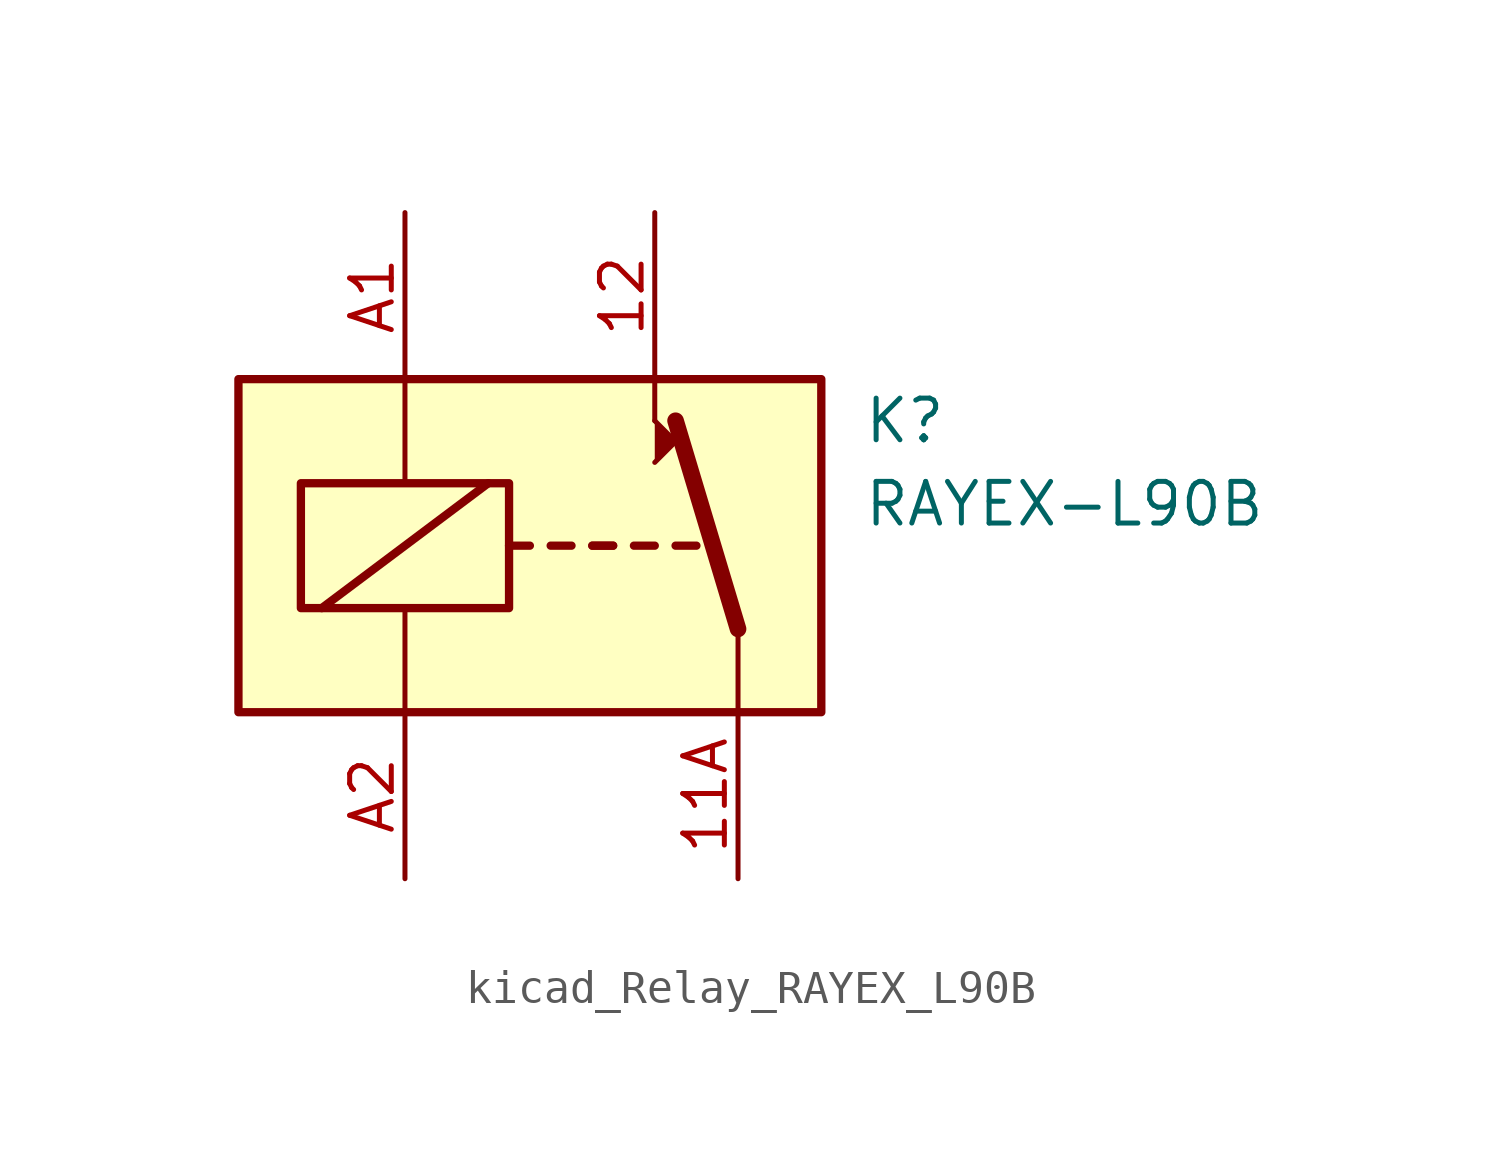
<source format=kicad_sym>
(kicad_symbol_lib
  (version 20220914)
  (generator kicad_symbol_editor)
  (symbol "kicad_Relay_RAYEX_L90B"
    (property "Reference" "K"
      (at 8.89 3.81 0)
      (effects (font (size 1.27 1.27)) (justify left)))
    (property "Value" "RAYEX-L90B"
      (at 8.89 1.27 0)
      (effects (font (size 1.27 1.27)) (justify left)))
    (symbol "kicad_Relay_RAYEX_L90B_1_0"
      (polyline (pts (xy 2.54 3.81) (xy 2.54 5.08)) (stroke (width 0) (type default)) (fill (type none))))
    (symbol "kicad_Relay_RAYEX_L90B_1_1"
      (rectangle (start -10.16 5.08) (end 7.62 -5.08) (stroke (width 0.254) (type default)) (fill (type background)))
      (rectangle (start -8.255 1.905) (end -1.905 -1.905) (stroke (width 0.254) (type default)) (fill (type none)))
      (polyline (pts (xy -7.62 -1.905) (xy -2.54 1.905)) (stroke (width 0.254) (type default)) (fill (type none)))
      (polyline (pts (xy -5.08 -5.08) (xy -5.08 -1.905)) (stroke (width 0) (type default)) (fill (type none)))
      (polyline (pts (xy -5.08 5.08) (xy -5.08 1.905)) (stroke (width 0) (type default)) (fill (type none)))
      (polyline (pts (xy -1.905 0) (xy -1.27 0)) (stroke (width 0.254) (type default)) (fill (type none)))
      (polyline (pts (xy -0.635 0) (xy 0 0)) (stroke (width 0.254) (type default)) (fill (type none)))
      (polyline (pts (xy 0.635 0) (xy 1.27 0)) (stroke (width 0.254) (type default)) (fill (type none)))
      (polyline (pts (xy 0.635 0) (xy 1.27 0)) (stroke (width 0.254) (type default)) (fill (type none)))
      (polyline (pts (xy 1.905 0) (xy 2.54 0)) (stroke (width 0.254) (type default)) (fill (type none)))
      (polyline (pts (xy 3.175 0) (xy 3.81 0)) (stroke (width 0.254) (type default)) (fill (type none)))
      (polyline (pts (xy 5.08 -2.54) (xy 3.175 3.81)) (stroke (width 0.508) (type default)) (fill (type none)))
      (polyline (pts (xy 5.08 -2.54) (xy 5.08 -5.08)) (stroke (width 0) (type default)) (fill (type none)))
      (polyline (pts (xy 2.54 2.54) (xy 3.175 3.175) (xy 2.54 3.81)) (stroke (width 0) (type default)) (fill (type outline)))
      (pin passive line (at 5.08 -10.16 90) (length 5.08) (name "~" (effects (font (size 1.27 1.27)))) (number "11A" (effects (font (size 1.27 1.27)))))
      (pin passive line (at 5.08 -10.16 90) (length 5.08) hide (name "~" (effects (font (size 1.27 1.27)))) (number "11B" (effects (font (size 1.27 1.27)))))
      (pin passive line (at 2.54 10.16 270) (length 5.08) (name "~" (effects (font (size 1.27 1.27)))) (number "12" (effects (font (size 1.27 1.27)))))
      (pin passive line (at -5.08 10.16 270) (length 5.08) (name "~" (effects (font (size 1.27 1.27)))) (number "A1" (effects (font (size 1.27 1.27)))))
      (pin passive line (at -5.08 -10.16 90) (length 5.08) (name "~" (effects (font (size 1.27 1.27)))) (number "A2" (effects (font (size 1.27 1.27))))))))
</source>
